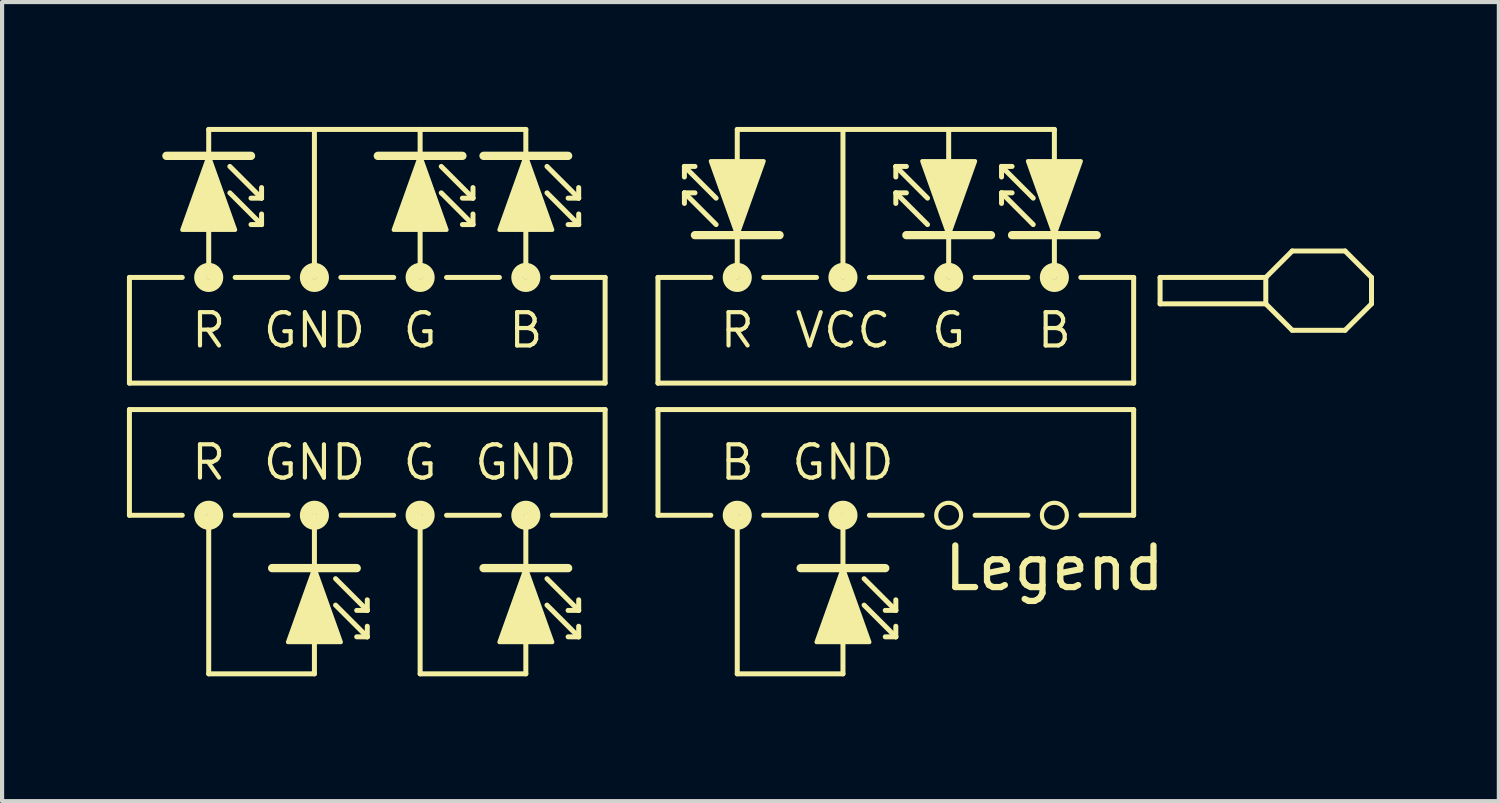
<source format=kicad_pcb>
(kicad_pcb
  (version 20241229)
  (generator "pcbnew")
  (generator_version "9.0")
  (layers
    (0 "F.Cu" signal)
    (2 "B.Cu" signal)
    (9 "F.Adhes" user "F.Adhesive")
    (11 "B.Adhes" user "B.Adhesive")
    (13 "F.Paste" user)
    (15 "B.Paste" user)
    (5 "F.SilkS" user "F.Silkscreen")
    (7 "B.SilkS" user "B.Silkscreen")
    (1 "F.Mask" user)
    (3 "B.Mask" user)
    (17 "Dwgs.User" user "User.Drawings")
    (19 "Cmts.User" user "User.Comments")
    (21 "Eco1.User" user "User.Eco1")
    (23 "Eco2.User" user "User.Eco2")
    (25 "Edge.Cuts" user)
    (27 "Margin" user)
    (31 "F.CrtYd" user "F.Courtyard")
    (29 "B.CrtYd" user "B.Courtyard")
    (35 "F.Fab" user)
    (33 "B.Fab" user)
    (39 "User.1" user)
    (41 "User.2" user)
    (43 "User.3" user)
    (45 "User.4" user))
  (footprint "Legend"
    (layer "F.Cu")
    (at 12.125 4.886)
    (property "Reference" "Legend" (at 10.16 5.715 0) (layer "F.SilkS") (effects (font (size 1 1) (thickness 0.15))))
    (attr through_hole)
    (fp_line (start -12.065 -1.27) (end -12.065 1.27) (stroke (width 0.12) (type solid)) (layer "F.SilkS"))
    (fp_line (start -12.065 -1.27) (end -10.795 -1.27) (stroke (width 0.12) (type solid)) (layer "F.SilkS"))
    (fp_line (start -12.065 1.905) (end -12.065 4.445) (stroke (width 0.12) (type solid)) (layer "F.SilkS"))
    (fp_line (start -12.065 1.905) (end -0.635 1.905) (stroke (width 0.12) (type solid)) (layer "F.SilkS"))
    (fp_line (start -12.065 4.445) (end -10.795 4.445) (stroke (width 0.12) (type solid)) (layer "F.SilkS"))
    (fp_line (start -10.16 -4.826) (end -10.16 -4.191) (stroke (width 0.12) (type solid)) (layer "F.SilkS"))
    (fp_line (start -10.16 -4.191) (end -11.176 -4.191) (stroke (width 0.2) (type solid)) (layer "F.SilkS"))
    (fp_line (start -10.16 -2.413) (end -10.16 -1.27) (stroke (width 0.12) (type solid)) (layer "F.SilkS"))
    (fp_line (start -10.16 4.445) (end -10.16 8.255) (stroke (width 0.12) (type solid)) (layer "F.SilkS"))
    (fp_line (start -10.16 8.255) (end -7.62 8.255) (stroke (width 0.12) (type solid)) (layer "F.SilkS"))
    (fp_line (start -9.652 -3.937) (end -8.89 -3.175) (stroke (width 0.12) (type solid)) (layer "F.SilkS"))
    (fp_line (start -9.652 -3.302) (end -8.89 -2.54) (stroke (width 0.12) (type solid)) (layer "F.SilkS"))
    (fp_line (start -9.525 -1.27) (end -8.255 -1.27) (stroke (width 0.12) (type solid)) (layer "F.SilkS"))
    (fp_line (start -9.525 4.445) (end -8.255 4.445) (stroke (width 0.12) (type solid)) (layer "F.SilkS"))
    (fp_line (start -9.144 -4.191) (end -10.16 -4.191) (stroke (width 0.2) (type solid)) (layer "F.SilkS"))
    (fp_line (start -8.89 -3.175) (end -9.144 -3.175) (stroke (width 0.12) (type solid)) (layer "F.SilkS"))
    (fp_line (start -8.89 -3.175) (end -8.89 -3.429) (stroke (width 0.12) (type solid)) (layer "F.SilkS"))
    (fp_line (start -8.89 -2.54) (end -9.144 -2.54) (stroke (width 0.12) (type solid)) (layer "F.SilkS"))
    (fp_line (start -8.89 -2.54) (end -8.89 -2.794) (stroke (width 0.12) (type solid)) (layer "F.SilkS"))
    (fp_line (start -7.62 -4.826) (end -10.16 -4.826) (stroke (width 0.12) (type solid)) (layer "F.SilkS"))
    (fp_line (start -7.62 -4.826) (end -7.62 -1.27) (stroke (width 0.12) (type solid)) (layer "F.SilkS"))
    (fp_line (start -7.62 4.445) (end -7.62 5.715) (stroke (width 0.12) (type solid)) (layer "F.SilkS"))
    (fp_line (start -7.62 5.715) (end -8.636 5.715) (stroke (width 0.2) (type solid)) (layer "F.SilkS"))
    (fp_line (start -7.62 6.985) (end -7.62 8.255) (stroke (width 0.12) (type solid)) (layer "F.SilkS"))
    (fp_line (start -7.112 5.969) (end -6.35 6.731) (stroke (width 0.12) (type solid)) (layer "F.SilkS"))
    (fp_line (start -7.112 6.604) (end -6.35 7.366) (stroke (width 0.12) (type solid)) (layer "F.SilkS"))
    (fp_line (start -6.985 -1.27) (end -5.715 -1.27) (stroke (width 0.12) (type solid)) (layer "F.SilkS"))
    (fp_line (start -6.985 4.445) (end -5.715 4.445) (stroke (width 0.12) (type solid)) (layer "F.SilkS"))
    (fp_line (start -6.604 5.715) (end -7.62 5.715) (stroke (width 0.2) (type solid)) (layer "F.SilkS"))
    (fp_line (start -6.35 6.731) (end -6.604 6.731) (stroke (width 0.12) (type solid)) (layer "F.SilkS"))
    (fp_line (start -6.35 6.731) (end -6.35 6.477) (stroke (width 0.12) (type solid)) (layer "F.SilkS"))
    (fp_line (start -6.35 7.366) (end -6.604 7.366) (stroke (width 0.12) (type solid)) (layer "F.SilkS"))
    (fp_line (start -6.35 7.366) (end -6.35 7.112) (stroke (width 0.12) (type solid)) (layer "F.SilkS"))
    (fp_line (start -5.08 -4.826) (end -7.62 -4.826) (stroke (width 0.12) (type solid)) (layer "F.SilkS"))
    (fp_line (start -5.08 -4.826) (end -5.08 -4.191) (stroke (width 0.12) (type solid)) (layer "F.SilkS"))
    (fp_line (start -5.08 -4.191) (end -6.096 -4.191) (stroke (width 0.2) (type solid)) (layer "F.SilkS"))
    (fp_line (start -5.08 -2.413) (end -5.08 -1.27) (stroke (width 0.12) (type solid)) (layer "F.SilkS"))
    (fp_line (start -5.08 4.445) (end -5.08 8.255) (stroke (width 0.12) (type solid)) (layer "F.SilkS"))
    (fp_line (start -5.08 8.255) (end -2.54 8.255) (stroke (width 0.12) (type solid)) (layer "F.SilkS"))
    (fp_line (start -4.572 -3.937) (end -3.81 -3.175) (stroke (width 0.12) (type solid)) (layer "F.SilkS"))
    (fp_line (start -4.572 -3.302) (end -3.81 -2.54) (stroke (width 0.12) (type solid)) (layer "F.SilkS"))
    (fp_line (start -4.445 -1.27) (end -3.175 -1.27) (stroke (width 0.12) (type solid)) (layer "F.SilkS"))
    (fp_line (start -4.445 4.445) (end -3.175 4.445) (stroke (width 0.12) (type solid)) (layer "F.SilkS"))
    (fp_line (start -4.064 -4.191) (end -5.08 -4.191) (stroke (width 0.2) (type solid)) (layer "F.SilkS"))
    (fp_line (start -3.81 -3.175) (end -4.064 -3.175) (stroke (width 0.12) (type solid)) (layer "F.SilkS"))
    (fp_line (start -3.81 -3.175) (end -3.81 -3.429) (stroke (width 0.12) (type solid)) (layer "F.SilkS"))
    (fp_line (start -3.81 -2.54) (end -4.064 -2.54) (stroke (width 0.12) (type solid)) (layer "F.SilkS"))
    (fp_line (start -3.81 -2.54) (end -3.81 -2.794) (stroke (width 0.12) (type solid)) (layer "F.SilkS"))
    (fp_line (start -2.54 -4.826) (end -5.08 -4.826) (stroke (width 0.12) (type solid)) (layer "F.SilkS"))
    (fp_line (start -2.54 -4.826) (end -2.54 -4.191) (stroke (width 0.12) (type solid)) (layer "F.SilkS"))
    (fp_line (start -2.54 -4.191) (end -3.556 -4.191) (stroke (width 0.2) (type solid)) (layer "F.SilkS"))
    (fp_line (start -2.54 -2.413) (end -2.54 -1.27) (stroke (width 0.12) (type solid)) (layer "F.SilkS"))
    (fp_line (start -2.54 4.445) (end -2.54 5.715) (stroke (width 0.12) (type solid)) (layer "F.SilkS"))
    (fp_line (start -2.54 5.715) (end -3.556 5.715) (stroke (width 0.2) (type solid)) (layer "F.SilkS"))
    (fp_line (start -2.54 6.985) (end -2.54 8.255) (stroke (width 0.12) (type solid)) (layer "F.SilkS"))
    (fp_line (start -2.032 -3.937) (end -1.27 -3.175) (stroke (width 0.12) (type solid)) (layer "F.SilkS"))
    (fp_line (start -2.032 -3.302) (end -1.27 -2.54) (stroke (width 0.12) (type solid)) (layer "F.SilkS"))
    (fp_line (start -2.032 5.969) (end -1.27 6.731) (stroke (width 0.12) (type solid)) (layer "F.SilkS"))
    (fp_line (start -2.032 6.604) (end -1.27 7.366) (stroke (width 0.12) (type solid)) (layer "F.SilkS"))
    (fp_line (start -1.905 -1.27) (end -0.635 -1.27) (stroke (width 0.12) (type solid)) (layer "F.SilkS"))
    (fp_line (start -1.905 4.445) (end -0.635 4.445) (stroke (width 0.12) (type solid)) (layer "F.SilkS"))
    (fp_line (start -1.524 -4.191) (end -2.54 -4.191) (stroke (width 0.2) (type solid)) (layer "F.SilkS"))
    (fp_line (start -1.524 5.715) (end -2.54 5.715) (stroke (width 0.2) (type solid)) (layer "F.SilkS"))
    (fp_line (start -1.27 -3.175) (end -1.524 -3.175) (stroke (width 0.12) (type solid)) (layer "F.SilkS"))
    (fp_line (start -1.27 -3.175) (end -1.27 -3.429) (stroke (width 0.12) (type solid)) (layer "F.SilkS"))
    (fp_line (start -1.27 -2.54) (end -1.524 -2.54) (stroke (width 0.12) (type solid)) (layer "F.SilkS"))
    (fp_line (start -1.27 -2.54) (end -1.27 -2.794) (stroke (width 0.12) (type solid)) (layer "F.SilkS"))
    (fp_line (start -1.27 6.731) (end -1.524 6.731) (stroke (width 0.12) (type solid)) (layer "F.SilkS"))
    (fp_line (start -1.27 6.731) (end -1.27 6.477) (stroke (width 0.12) (type solid)) (layer "F.SilkS"))
    (fp_line (start -1.27 7.366) (end -1.524 7.366) (stroke (width 0.12) (type solid)) (layer "F.SilkS"))
    (fp_line (start -1.27 7.366) (end -1.27 7.112) (stroke (width 0.12) (type solid)) (layer "F.SilkS"))
    (fp_line (start -0.635 -1.27) (end -0.635 1.27) (stroke (width 0.12) (type solid)) (layer "F.SilkS"))
    (fp_line (start -0.635 1.27) (end -12.065 1.27) (stroke (width 0.12) (type solid)) (layer "F.SilkS"))
    (fp_line (start -0.635 1.905) (end -0.635 4.445) (stroke (width 0.12) (type solid)) (layer "F.SilkS"))
    (fp_line (start 0.635 -1.27) (end 0.635 1.27) (stroke (width 0.12) (type solid)) (layer "F.SilkS"))
    (fp_line (start 0.635 -1.27) (end 1.905 -1.27) (stroke (width 0.12) (type solid)) (layer "F.SilkS"))
    (fp_line (start 0.635 1.27) (end 12.065 1.27) (stroke (width 0.12) (type solid)) (layer "F.SilkS"))
    (fp_line (start 0.635 1.905) (end 0.635 4.445) (stroke (width 0.12) (type solid)) (layer "F.SilkS"))
    (fp_line (start 0.635 4.445) (end 1.905 4.445) (stroke (width 0.12) (type solid)) (layer "F.SilkS"))
    (fp_line (start 1.27 -3.937) (end 1.27 -3.683) (stroke (width 0.12) (type solid)) (layer "F.SilkS"))
    (fp_line (start 1.27 -3.937) (end 1.524 -3.937) (stroke (width 0.12) (type solid)) (layer "F.SilkS"))
    (fp_line (start 1.27 -3.302) (end 1.27 -3.048) (stroke (width 0.12) (type solid)) (layer "F.SilkS"))
    (fp_line (start 1.27 -3.302) (end 1.524 -3.302) (stroke (width 0.12) (type solid)) (layer "F.SilkS"))
    (fp_line (start 1.524 -2.286) (end 2.54 -2.286) (stroke (width 0.2) (type solid)) (layer "F.SilkS"))
    (fp_line (start 2.032 -3.175) (end 1.27 -3.937) (stroke (width 0.12) (type solid)) (layer "F.SilkS"))
    (fp_line (start 2.032 -2.54) (end 1.27 -3.302) (stroke (width 0.12) (type solid)) (layer "F.SilkS"))
    (fp_line (start 2.54 -4.064) (end 2.54 -4.826) (stroke (width 0.12) (type solid)) (layer "F.SilkS"))
    (fp_line (start 2.54 -2.286) (end 3.556 -2.286) (stroke (width 0.2) (type solid)) (layer "F.SilkS"))
    (fp_line (start 2.54 -1.27) (end 2.54 -2.286) (stroke (width 0.12) (type solid)) (layer "F.SilkS"))
    (fp_line (start 2.54 4.445) (end 2.54 8.255) (stroke (width 0.12) (type solid)) (layer "F.SilkS"))
    (fp_line (start 2.54 8.255) (end 5.08 8.255) (stroke (width 0.12) (type solid)) (layer "F.SilkS"))
    (fp_line (start 3.175 -1.27) (end 4.445 -1.27) (stroke (width 0.12) (type solid)) (layer "F.SilkS"))
    (fp_line (start 3.175 4.445) (end 4.445 4.445) (stroke (width 0.12) (type solid)) (layer "F.SilkS"))
    (fp_line (start 5.08 -4.826) (end 2.54 -4.826) (stroke (width 0.12) (type solid)) (layer "F.SilkS"))
    (fp_line (start 5.08 -4.826) (end 7.62 -4.826) (stroke (width 0.12) (type solid)) (layer "F.SilkS"))
    (fp_line (start 5.08 -1.27) (end 5.08 -4.826) (stroke (width 0.12) (type solid)) (layer "F.SilkS"))
    (fp_line (start 5.08 4.445) (end 5.08 5.715) (stroke (width 0.12) (type solid)) (layer "F.SilkS"))
    (fp_line (start 5.08 5.715) (end 4.064 5.715) (stroke (width 0.2) (type solid)) (layer "F.SilkS"))
    (fp_line (start 5.08 6.985) (end 5.08 8.255) (stroke (width 0.12) (type solid)) (layer "F.SilkS"))
    (fp_line (start 5.588 5.969) (end 6.35 6.731) (stroke (width 0.12) (type solid)) (layer "F.SilkS"))
    (fp_line (start 5.588 6.604) (end 6.35 7.366) (stroke (width 0.12) (type solid)) (layer "F.SilkS"))
    (fp_line (start 5.715 -1.27) (end 6.985 -1.27) (stroke (width 0.12) (type solid)) (layer "F.SilkS"))
    (fp_line (start 5.715 4.445) (end 6.985 4.445) (stroke (width 0.12) (type solid)) (layer "F.SilkS"))
    (fp_line (start 6.096 5.715) (end 5.08 5.715) (stroke (width 0.2) (type solid)) (layer "F.SilkS"))
    (fp_line (start 6.35 -3.937) (end 6.35 -3.683) (stroke (width 0.12) (type solid)) (layer "F.SilkS"))
    (fp_line (start 6.35 -3.937) (end 6.604 -3.937) (stroke (width 0.12) (type solid)) (layer "F.SilkS"))
    (fp_line (start 6.35 -3.302) (end 6.35 -3.048) (stroke (width 0.12) (type solid)) (layer "F.SilkS"))
    (fp_line (start 6.35 -3.302) (end 6.604 -3.302) (stroke (width 0.12) (type solid)) (layer "F.SilkS"))
    (fp_line (start 6.35 6.731) (end 6.096 6.731) (stroke (width 0.12) (type solid)) (layer "F.SilkS"))
    (fp_line (start 6.35 6.731) (end 6.35 6.477) (stroke (width 0.12) (type solid)) (layer "F.SilkS"))
    (fp_line (start 6.35 7.366) (end 6.096 7.366) (stroke (width 0.12) (type solid)) (layer "F.SilkS"))
    (fp_line (start 6.35 7.366) (end 6.35 7.112) (stroke (width 0.12) (type solid)) (layer "F.SilkS"))
    (fp_line (start 6.604 -2.286) (end 7.62 -2.286) (stroke (width 0.2) (type solid)) (layer "F.SilkS"))
    (fp_line (start 7.112 -3.175) (end 6.35 -3.937) (stroke (width 0.12) (type solid)) (layer "F.SilkS"))
    (fp_line (start 7.112 -2.54) (end 6.35 -3.302) (stroke (width 0.12) (type solid)) (layer "F.SilkS"))
    (fp_line (start 7.62 -4.826) (end 10.16 -4.826) (stroke (width 0.12) (type solid)) (layer "F.SilkS"))
    (fp_line (start 7.62 -4.064) (end 7.62 -4.826) (stroke (width 0.12) (type solid)) (layer "F.SilkS"))
    (fp_line (start 7.62 -2.286) (end 8.636 -2.286) (stroke (width 0.2) (type solid)) (layer "F.SilkS"))
    (fp_line (start 7.62 -1.27) (end 7.62 -2.286) (stroke (width 0.12) (type solid)) (layer "F.SilkS"))
    (fp_line (start 8.255 -1.27) (end 9.525 -1.27) (stroke (width 0.12) (type solid)) (layer "F.SilkS"))
    (fp_line (start 8.255 4.445) (end 9.525 4.445) (stroke (width 0.12) (type solid)) (layer "F.SilkS"))
    (fp_line (start 8.89 -3.937) (end 8.89 -3.683) (stroke (width 0.12) (type solid)) (layer "F.SilkS"))
    (fp_line (start 8.89 -3.937) (end 9.144 -3.937) (stroke (width 0.12) (type solid)) (layer "F.SilkS"))
    (fp_line (start 8.89 -3.302) (end 8.89 -3.048) (stroke (width 0.12) (type solid)) (layer "F.SilkS"))
    (fp_line (start 8.89 -3.302) (end 9.144 -3.302) (stroke (width 0.12) (type solid)) (layer "F.SilkS"))
    (fp_line (start 9.144 -2.286) (end 10.16 -2.286) (stroke (width 0.2) (type solid)) (layer "F.SilkS"))
    (fp_line (start 9.652 -3.175) (end 8.89 -3.937) (stroke (width 0.12) (type solid)) (layer "F.SilkS"))
    (fp_line (start 9.652 -2.54) (end 8.89 -3.302) (stroke (width 0.12) (type solid)) (layer "F.SilkS"))
    (fp_line (start 10.16 -4.064) (end 10.16 -4.826) (stroke (width 0.12) (type solid)) (layer "F.SilkS"))
    (fp_line (start 10.16 -2.286) (end 11.176 -2.286) (stroke (width 0.2) (type solid)) (layer "F.SilkS"))
    (fp_line (start 10.16 -1.27) (end 10.16 -2.286) (stroke (width 0.12) (type solid)) (layer "F.SilkS"))
    (fp_line (start 10.795 4.445) (end 12.065 4.445) (stroke (width 0.12) (type solid)) (layer "F.SilkS"))
    (fp_line (start 12.065 -1.27) (end 10.795 -1.27) (stroke (width 0.12) (type solid)) (layer "F.SilkS"))
    (fp_line (start 12.065 -1.27) (end 12.065 1.27) (stroke (width 0.12) (type solid)) (layer "F.SilkS"))
    (fp_line (start 12.065 1.905) (end 0.635 1.905) (stroke (width 0.12) (type solid)) (layer "F.SilkS"))
    (fp_line (start 12.065 1.905) (end 12.065 4.445) (stroke (width 0.12) (type solid)) (layer "F.SilkS"))
    (fp_line (start 12.7 -1.27) (end 12.7 -0.635) (stroke (width 0.12) (type solid)) (layer "F.SilkS"))
    (fp_line (start 12.7 -0.635) (end 15.24 -0.635) (stroke (width 0.12) (type solid)) (layer "F.SilkS"))
    (fp_line (start 15.24 -1.27) (end 12.7 -1.27) (stroke (width 0.12) (type solid)) (layer "F.SilkS"))
    (fp_line (start 15.24 -1.27) (end 15.875 -1.905) (stroke (width 0.12) (type solid)) (layer "F.SilkS"))
    (fp_line (start 15.24 -0.635) (end 15.24 -1.27) (stroke (width 0.12) (type solid)) (layer "F.SilkS"))
    (fp_line (start 15.24 -0.635) (end 15.875 0) (stroke (width 0.12) (type solid)) (layer "F.SilkS"))
    (fp_line (start 15.875 0) (end 17.145 0) (stroke (width 0.12) (type solid)) (layer "F.SilkS"))
    (fp_line (start 17.145 -1.905) (end 15.875 -1.905) (stroke (width 0.12) (type solid)) (layer "F.SilkS"))
    (fp_line (start 17.145 0) (end 17.78 -0.635) (stroke (width 0.12) (type solid)) (layer "F.SilkS"))
    (fp_line (start 17.78 -1.27) (end 17.145 -1.905) (stroke (width 0.12) (type solid)) (layer "F.SilkS"))
    (fp_line (start 17.78 -0.635) (end 17.78 -1.27) (stroke (width 0.12) (type solid)) (layer "F.SilkS"))
    (fp_circle (center -10.16 -1.27) (end -9.96 -1.27) (stroke (width 0.3) (type solid)) (fill no) (layer "F.SilkS"))
    (fp_circle (center -10.16 4.445) (end -9.96 4.445) (stroke (width 0.3) (type solid)) (fill no) (layer "F.SilkS"))
    (fp_circle (center -7.62 -1.27) (end -7.42 -1.27) (stroke (width 0.3) (type solid)) (fill no) (layer "F.SilkS"))
    (fp_circle (center -7.62 4.445) (end -7.42 4.445) (stroke (width 0.3) (type solid)) (fill no) (layer "F.SilkS"))
    (fp_circle (center -5.08 -1.27) (end -4.88 -1.27) (stroke (width 0.3) (type solid)) (fill no) (layer "F.SilkS"))
    (fp_circle (center -5.08 4.445) (end -4.88 4.445) (stroke (width 0.3) (type solid)) (fill no) (layer "F.SilkS"))
    (fp_circle (center -2.54 -1.27) (end -2.34 -1.27) (stroke (width 0.3) (type solid)) (fill no) (layer "F.SilkS"))
    (fp_circle (center -2.54 4.445) (end -2.34 4.445) (stroke (width 0.3) (type solid)) (fill no) (layer "F.SilkS"))
    (fp_circle (center 2.54 -1.27) (end 2.74 -1.27) (stroke (width 0.3) (type solid)) (fill no) (layer "F.SilkS"))
    (fp_circle (center 2.54 4.445) (end 2.74 4.445) (stroke (width 0.3) (type solid)) (fill no) (layer "F.SilkS"))
    (fp_circle (center 5.08 -1.27) (end 5.28 -1.27) (stroke (width 0.3) (type solid)) (fill no) (layer "F.SilkS"))
    (fp_circle (center 5.08 4.445) (end 5.28 4.445) (stroke (width 0.3) (type solid)) (fill no) (layer "F.SilkS"))
    (fp_circle (center 7.62 -1.27) (end 7.82 -1.27) (stroke (width 0.3) (type solid)) (fill no) (layer "F.SilkS"))
    (fp_circle (center 7.62 4.445) (end 7.92 4.445) (stroke (width 0.1) (type solid)) (fill no) (layer "F.SilkS"))
    (fp_circle (center 10.16 -1.27) (end 10.36 -1.27) (stroke (width 0.3) (type solid)) (fill no) (layer "F.SilkS"))
    (fp_circle (center 10.16 4.445) (end 10.46 4.445) (stroke (width 0.1) (type solid)) (fill no) (layer "F.SilkS"))
    (fp_poly (pts (xy -9.525 -2.413) (xy -10.795 -2.413) (xy -10.16 -4.191)) (stroke (width 0.1) (type solid)) (fill yes) (layer "F.SilkS"))
    (fp_poly (pts (xy -6.985 7.493) (xy -8.255 7.493) (xy -7.62 5.715)) (stroke (width 0.1) (type solid)) (fill yes) (layer "F.SilkS"))
    (fp_poly (pts (xy -4.445 -2.413) (xy -5.715 -2.413) (xy -5.08 -4.191)) (stroke (width 0.1) (type solid)) (fill yes) (layer "F.SilkS"))
    (fp_poly (pts (xy -1.905 -2.413) (xy -3.175 -2.413) (xy -2.54 -4.191)) (stroke (width 0.1) (type solid)) (fill yes) (layer "F.SilkS"))
    (fp_poly (pts (xy -1.905 7.493) (xy -3.175 7.493) (xy -2.54 5.715)) (stroke (width 0.1) (type solid)) (fill yes) (layer "F.SilkS"))
    (fp_poly (pts (xy 1.905 -4.064) (xy 3.175 -4.064) (xy 2.54 -2.286)) (stroke (width 0.1) (type solid)) (fill yes) (layer "F.SilkS"))
    (fp_poly (pts (xy 5.715 7.493) (xy 4.445 7.493) (xy 5.08 5.715)) (stroke (width 0.1) (type solid)) (fill yes) (layer "F.SilkS"))
    (fp_poly (pts (xy 6.985 -4.064) (xy 8.255 -4.064) (xy 7.62 -2.286)) (stroke (width 0.1) (type solid)) (fill yes) (layer "F.SilkS"))
    (fp_poly (pts (xy 9.525 -4.064) (xy 10.795 -4.064) (xy 10.16 -2.286)) (stroke (width 0.1) (type solid)) (fill yes) (layer "F.SilkS"))
    (fp_text user "B" (at 2.54 3.175 180) (layer "F.SilkS") (effects (font (size 0.8 0.8) (thickness 0.1))))
    (fp_text user "G" (at -5.08 0 0) (layer "F.SilkS") (effects (font (size 0.8 0.8) (thickness 0.1))))
    (fp_text user "B" (at 10.16 0 0) (layer "F.SilkS") (effects (font (size 0.8 0.8) (thickness 0.1))))
    (fp_text user "R" (at -10.16 0 0) (layer "F.SilkS") (effects (font (size 0.8 0.8) (thickness 0.1))))
    (fp_text user "GND" (at -7.62 0 0) (layer "F.SilkS") (effects (font (size 0.8 0.8) (thickness 0.1))))
    (fp_text user "G" (at -5.08 3.175 180) (layer "F.SilkS") (effects (font (size 0.8 0.8) (thickness 0.1))))
    (fp_text user "VCC" (at 5.08 0 0) (layer "F.SilkS") (effects (font (size 0.8 0.8) (thickness 0.1))))
    (fp_text user "R" (at 2.54 0 0) (layer "F.SilkS") (effects (font (size 0.8 0.8) (thickness 0.1))))
    (fp_text user "GND" (at -7.62 3.175 180) (layer "F.SilkS") (effects (font (size 0.8 0.8) (thickness 0.1))))
    (fp_text user "GND" (at 5.08 3.175 180) (layer "F.SilkS") (effects (font (size 0.8 0.8) (thickness 0.1))))
    (fp_text user "R" (at -10.16 3.175 180) (layer "F.SilkS") (effects (font (size 0.8 0.8) (thickness 0.1))))
    (fp_text user "GND" (at -2.54 3.175 180) (layer "F.SilkS") (effects (font (size 0.8 0.8) (thickness 0.1))))
    (fp_text user "B" (at -2.54 0 0) (layer "F.SilkS") (effects (font (size 0.8 0.8) (thickness 0.1))))
    (fp_text user "G" (at 7.62 0 0) (layer "F.SilkS") (effects (font (size 0.8 0.8) (thickness 0.1)))))
  (gr_rect
    (start -3 -3)
    (end 32.965 16.201)
    (stroke (width 0.1) (type default))
    (fill no)
    (layer "Edge.Cuts")))
</source>
